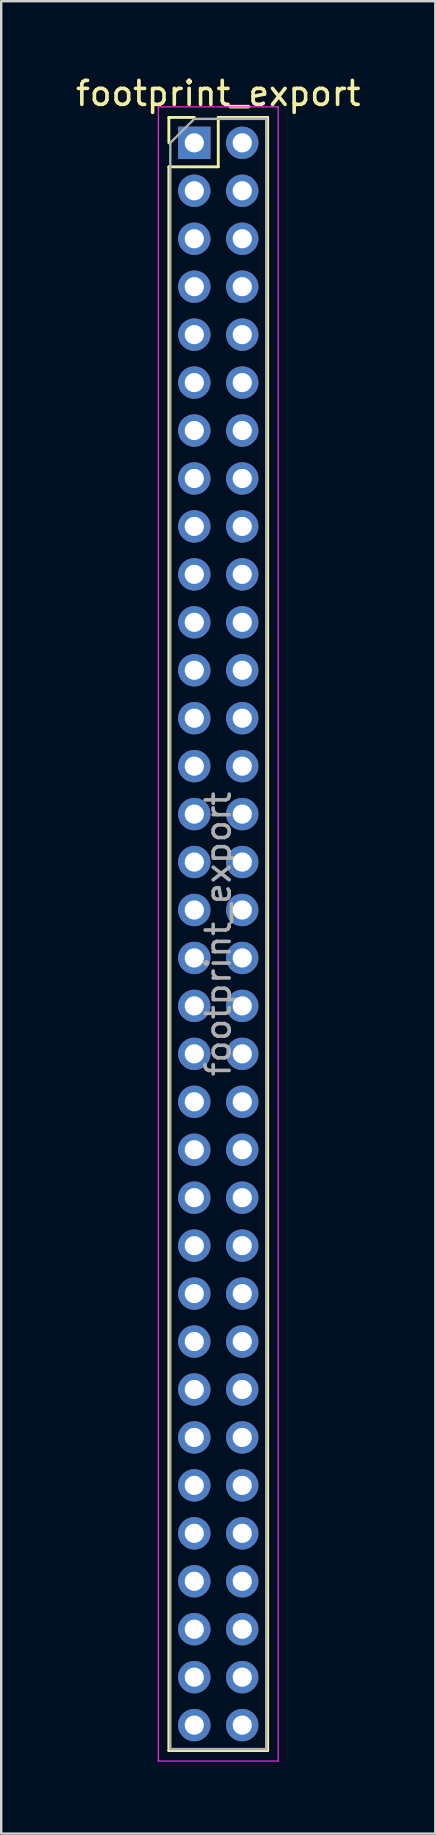
<source format=kicad_pcb>
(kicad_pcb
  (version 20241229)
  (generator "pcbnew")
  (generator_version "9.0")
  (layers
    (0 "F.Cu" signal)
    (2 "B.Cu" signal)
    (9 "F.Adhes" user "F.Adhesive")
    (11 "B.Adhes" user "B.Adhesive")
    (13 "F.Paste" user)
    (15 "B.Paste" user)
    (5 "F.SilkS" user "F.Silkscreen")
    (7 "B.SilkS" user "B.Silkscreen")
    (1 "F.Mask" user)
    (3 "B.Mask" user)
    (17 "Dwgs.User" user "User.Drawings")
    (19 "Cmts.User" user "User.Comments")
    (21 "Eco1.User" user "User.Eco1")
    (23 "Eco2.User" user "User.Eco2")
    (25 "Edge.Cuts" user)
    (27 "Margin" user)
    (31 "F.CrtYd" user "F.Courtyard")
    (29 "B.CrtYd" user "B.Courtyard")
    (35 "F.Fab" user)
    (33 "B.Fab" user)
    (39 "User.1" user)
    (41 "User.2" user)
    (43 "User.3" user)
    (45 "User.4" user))
  (footprint "footprint_export"
    (layer "F.Cu")
    (at 5.054 2.908)
    (property "Reference" "footprint_export" (at 1 -2.06 0) (layer "F.SilkS") (effects (font (size 1 1) (thickness 0.15))))
    (attr through_hole)
    (fp_line (start -1.06 -1.06) (end 0 -1.06) (stroke (width 0.12) (type solid)) (layer "F.SilkS"))
    (fp_line (start -1.06 0) (end -1.06 -1.06) (stroke (width 0.12) (type solid)) (layer "F.SilkS"))
    (fp_line (start -1.06 1) (end -1.06 67.06) (stroke (width 0.12) (type solid)) (layer "F.SilkS"))
    (fp_line (start -1.06 1) (end 1 1) (stroke (width 0.12) (type solid)) (layer "F.SilkS"))
    (fp_line (start -1.06 67.06) (end 3.06 67.06) (stroke (width 0.12) (type solid)) (layer "F.SilkS"))
    (fp_line (start 1 -1.06) (end 3.06 -1.06) (stroke (width 0.12) (type solid)) (layer "F.SilkS"))
    (fp_line (start 1 1) (end 1 -1.06) (stroke (width 0.12) (type solid)) (layer "F.SilkS"))
    (fp_line (start 3.06 -1.06) (end 3.06 67.06) (stroke (width 0.12) (type solid)) (layer "F.SilkS"))
    (fp_line (start -1.5 -1.5) (end -1.5 67.5) (stroke (width 0.05) (type solid)) (layer "F.CrtYd"))
    (fp_line (start -1.5 67.5) (end 3.5 67.5) (stroke (width 0.05) (type solid)) (layer "F.CrtYd"))
    (fp_line (start 3.5 -1.5) (end -1.5 -1.5) (stroke (width 0.05) (type solid)) (layer "F.CrtYd"))
    (fp_line (start 3.5 67.5) (end 3.5 -1.5) (stroke (width 0.05) (type solid)) (layer "F.CrtYd"))
    (fp_line (start -1 0) (end 0 -1) (stroke (width 0.1) (type solid)) (layer "F.Fab"))
    (fp_line (start -1 67) (end -1 0) (stroke (width 0.1) (type solid)) (layer "F.Fab"))
    (fp_line (start 0 -1) (end 3 -1) (stroke (width 0.1) (type solid)) (layer "F.Fab"))
    (fp_line (start 3 -1) (end 3 67) (stroke (width 0.1) (type solid)) (layer "F.Fab"))
    (fp_line (start 3 67) (end -1 67) (stroke (width 0.1) (type solid)) (layer "F.Fab"))
    (fp_text user "${REFERENCE}" (at 1 33 90) (layer "F.Fab") (effects (font (size 1 1) (thickness 0.15))))
    (pad "1" thru_hole rect (at 0 0) (size 1.35 1.35) (drill 0.8) (layers "*.Cu" "*.Mask"))
    (pad "2" thru_hole oval (at 2 0) (size 1.35 1.35) (drill 0.8) (layers "*.Cu" "*.Mask"))
    (pad "3" thru_hole oval (at 0 2) (size 1.35 1.35) (drill 0.8) (layers "*.Cu" "*.Mask"))
    (pad "4" thru_hole oval (at 2 2) (size 1.35 1.35) (drill 0.8) (layers "*.Cu" "*.Mask"))
    (pad "5" thru_hole oval (at 0 4) (size 1.35 1.35) (drill 0.8) (layers "*.Cu" "*.Mask"))
    (pad "6" thru_hole oval (at 2 4) (size 1.35 1.35) (drill 0.8) (layers "*.Cu" "*.Mask"))
    (pad "7" thru_hole oval (at 0 6) (size 1.35 1.35) (drill 0.8) (layers "*.Cu" "*.Mask"))
    (pad "8" thru_hole oval (at 2 6) (size 1.35 1.35) (drill 0.8) (layers "*.Cu" "*.Mask"))
    (pad "9" thru_hole oval (at 0 8) (size 1.35 1.35) (drill 0.8) (layers "*.Cu" "*.Mask"))
    (pad "10" thru_hole oval (at 2 8) (size 1.35 1.35) (drill 0.8) (layers "*.Cu" "*.Mask"))
    (pad "11" thru_hole oval (at 0 10) (size 1.35 1.35) (drill 0.8) (layers "*.Cu" "*.Mask"))
    (pad "12" thru_hole oval (at 2 10) (size 1.35 1.35) (drill 0.8) (layers "*.Cu" "*.Mask"))
    (pad "13" thru_hole oval (at 0 12) (size 1.35 1.35) (drill 0.8) (layers "*.Cu" "*.Mask"))
    (pad "14" thru_hole oval (at 2 12) (size 1.35 1.35) (drill 0.8) (layers "*.Cu" "*.Mask"))
    (pad "15" thru_hole oval (at 0 14) (size 1.35 1.35) (drill 0.8) (layers "*.Cu" "*.Mask"))
    (pad "16" thru_hole oval (at 2 14) (size 1.35 1.35) (drill 0.8) (layers "*.Cu" "*.Mask"))
    (pad "17" thru_hole oval (at 0 16) (size 1.35 1.35) (drill 0.8) (layers "*.Cu" "*.Mask"))
    (pad "18" thru_hole oval (at 2 16) (size 1.35 1.35) (drill 0.8) (layers "*.Cu" "*.Mask"))
    (pad "19" thru_hole oval (at 0 18) (size 1.35 1.35) (drill 0.8) (layers "*.Cu" "*.Mask"))
    (pad "20" thru_hole oval (at 2 18) (size 1.35 1.35) (drill 0.8) (layers "*.Cu" "*.Mask"))
    (pad "21" thru_hole oval (at 0 20) (size 1.35 1.35) (drill 0.8) (layers "*.Cu" "*.Mask"))
    (pad "22" thru_hole oval (at 2 20) (size 1.35 1.35) (drill 0.8) (layers "*.Cu" "*.Mask"))
    (pad "23" thru_hole oval (at 0 22) (size 1.35 1.35) (drill 0.8) (layers "*.Cu" "*.Mask"))
    (pad "24" thru_hole oval (at 2 22) (size 1.35 1.35) (drill 0.8) (layers "*.Cu" "*.Mask"))
    (pad "25" thru_hole oval (at 0 24) (size 1.35 1.35) (drill 0.8) (layers "*.Cu" "*.Mask"))
    (pad "26" thru_hole oval (at 2 24) (size 1.35 1.35) (drill 0.8) (layers "*.Cu" "*.Mask"))
    (pad "27" thru_hole oval (at 0 26) (size 1.35 1.35) (drill 0.8) (layers "*.Cu" "*.Mask"))
    (pad "28" thru_hole oval (at 2 26) (size 1.35 1.35) (drill 0.8) (layers "*.Cu" "*.Mask"))
    (pad "29" thru_hole oval (at 0 28) (size 1.35 1.35) (drill 0.8) (layers "*.Cu" "*.Mask"))
    (pad "30" thru_hole oval (at 2 28) (size 1.35 1.35) (drill 0.8) (layers "*.Cu" "*.Mask"))
    (pad "31" thru_hole oval (at 0 30) (size 1.35 1.35) (drill 0.8) (layers "*.Cu" "*.Mask"))
    (pad "32" thru_hole oval (at 2 30) (size 1.35 1.35) (drill 0.8) (layers "*.Cu" "*.Mask"))
    (pad "33" thru_hole oval (at 0 32) (size 1.35 1.35) (drill 0.8) (layers "*.Cu" "*.Mask"))
    (pad "34" thru_hole oval (at 2 32) (size 1.35 1.35) (drill 0.8) (layers "*.Cu" "*.Mask"))
    (pad "35" thru_hole oval (at 0 34) (size 1.35 1.35) (drill 0.8) (layers "*.Cu" "*.Mask"))
    (pad "36" thru_hole oval (at 2 34) (size 1.35 1.35) (drill 0.8) (layers "*.Cu" "*.Mask"))
    (pad "37" thru_hole oval (at 0 36) (size 1.35 1.35) (drill 0.8) (layers "*.Cu" "*.Mask"))
    (pad "38" thru_hole oval (at 2 36) (size 1.35 1.35) (drill 0.8) (layers "*.Cu" "*.Mask"))
    (pad "39" thru_hole oval (at 0 38) (size 1.35 1.35) (drill 0.8) (layers "*.Cu" "*.Mask"))
    (pad "40" thru_hole oval (at 2 38) (size 1.35 1.35) (drill 0.8) (layers "*.Cu" "*.Mask"))
    (pad "41" thru_hole oval (at 0 40) (size 1.35 1.35) (drill 0.8) (layers "*.Cu" "*.Mask"))
    (pad "42" thru_hole oval (at 2 40) (size 1.35 1.35) (drill 0.8) (layers "*.Cu" "*.Mask"))
    (pad "43" thru_hole oval (at 0 42) (size 1.35 1.35) (drill 0.8) (layers "*.Cu" "*.Mask"))
    (pad "44" thru_hole oval (at 2 42) (size 1.35 1.35) (drill 0.8) (layers "*.Cu" "*.Mask"))
    (pad "45" thru_hole oval (at 0 44) (size 1.35 1.35) (drill 0.8) (layers "*.Cu" "*.Mask"))
    (pad "46" thru_hole oval (at 2 44) (size 1.35 1.35) (drill 0.8) (layers "*.Cu" "*.Mask"))
    (pad "47" thru_hole oval (at 0 46) (size 1.35 1.35) (drill 0.8) (layers "*.Cu" "*.Mask"))
    (pad "48" thru_hole oval (at 2 46) (size 1.35 1.35) (drill 0.8) (layers "*.Cu" "*.Mask"))
    (pad "49" thru_hole oval (at 0 48) (size 1.35 1.35) (drill 0.8) (layers "*.Cu" "*.Mask"))
    (pad "50" thru_hole oval (at 2 48) (size 1.35 1.35) (drill 0.8) (layers "*.Cu" "*.Mask"))
    (pad "51" thru_hole oval (at 0 50) (size 1.35 1.35) (drill 0.8) (layers "*.Cu" "*.Mask"))
    (pad "52" thru_hole oval (at 2 50) (size 1.35 1.35) (drill 0.8) (layers "*.Cu" "*.Mask"))
    (pad "53" thru_hole oval (at 0 52) (size 1.35 1.35) (drill 0.8) (layers "*.Cu" "*.Mask"))
    (pad "54" thru_hole oval (at 2 52) (size 1.35 1.35) (drill 0.8) (layers "*.Cu" "*.Mask"))
    (pad "55" thru_hole oval (at 0 54) (size 1.35 1.35) (drill 0.8) (layers "*.Cu" "*.Mask"))
    (pad "56" thru_hole oval (at 2 54) (size 1.35 1.35) (drill 0.8) (layers "*.Cu" "*.Mask"))
    (pad "57" thru_hole oval (at 0 56) (size 1.35 1.35) (drill 0.8) (layers "*.Cu" "*.Mask"))
    (pad "58" thru_hole oval (at 2 56) (size 1.35 1.35) (drill 0.8) (layers "*.Cu" "*.Mask"))
    (pad "59" thru_hole oval (at 0 58) (size 1.35 1.35) (drill 0.8) (layers "*.Cu" "*.Mask"))
    (pad "60" thru_hole oval (at 2 58) (size 1.35 1.35) (drill 0.8) (layers "*.Cu" "*.Mask"))
    (pad "61" thru_hole oval (at 0 60) (size 1.35 1.35) (drill 0.8) (layers "*.Cu" "*.Mask"))
    (pad "62" thru_hole oval (at 2 60) (size 1.35 1.35) (drill 0.8) (layers "*.Cu" "*.Mask"))
    (pad "63" thru_hole oval (at 0 62) (size 1.35 1.35) (drill 0.8) (layers "*.Cu" "*.Mask"))
    (pad "64" thru_hole oval (at 2 62) (size 1.35 1.35) (drill 0.8) (layers "*.Cu" "*.Mask"))
    (pad "65" thru_hole oval (at 0 64) (size 1.35 1.35) (drill 0.8) (layers "*.Cu" "*.Mask"))
    (pad "66" thru_hole oval (at 2 64) (size 1.35 1.35) (drill 0.8) (layers "*.Cu" "*.Mask"))
    (pad "67" thru_hole oval (at 0 66) (size 1.35 1.35) (drill 0.8) (layers "*.Cu" "*.Mask"))
    (pad "68" thru_hole oval (at 2 66) (size 1.35 1.35) (drill 0.8) (layers "*.Cu" "*.Mask")))
  (gr_rect
    (start -3 -3)
    (end 15.107 73.433)
    (stroke (width 0.1) (type default))
    (fill no)
    (layer "Edge.Cuts")))
</source>
